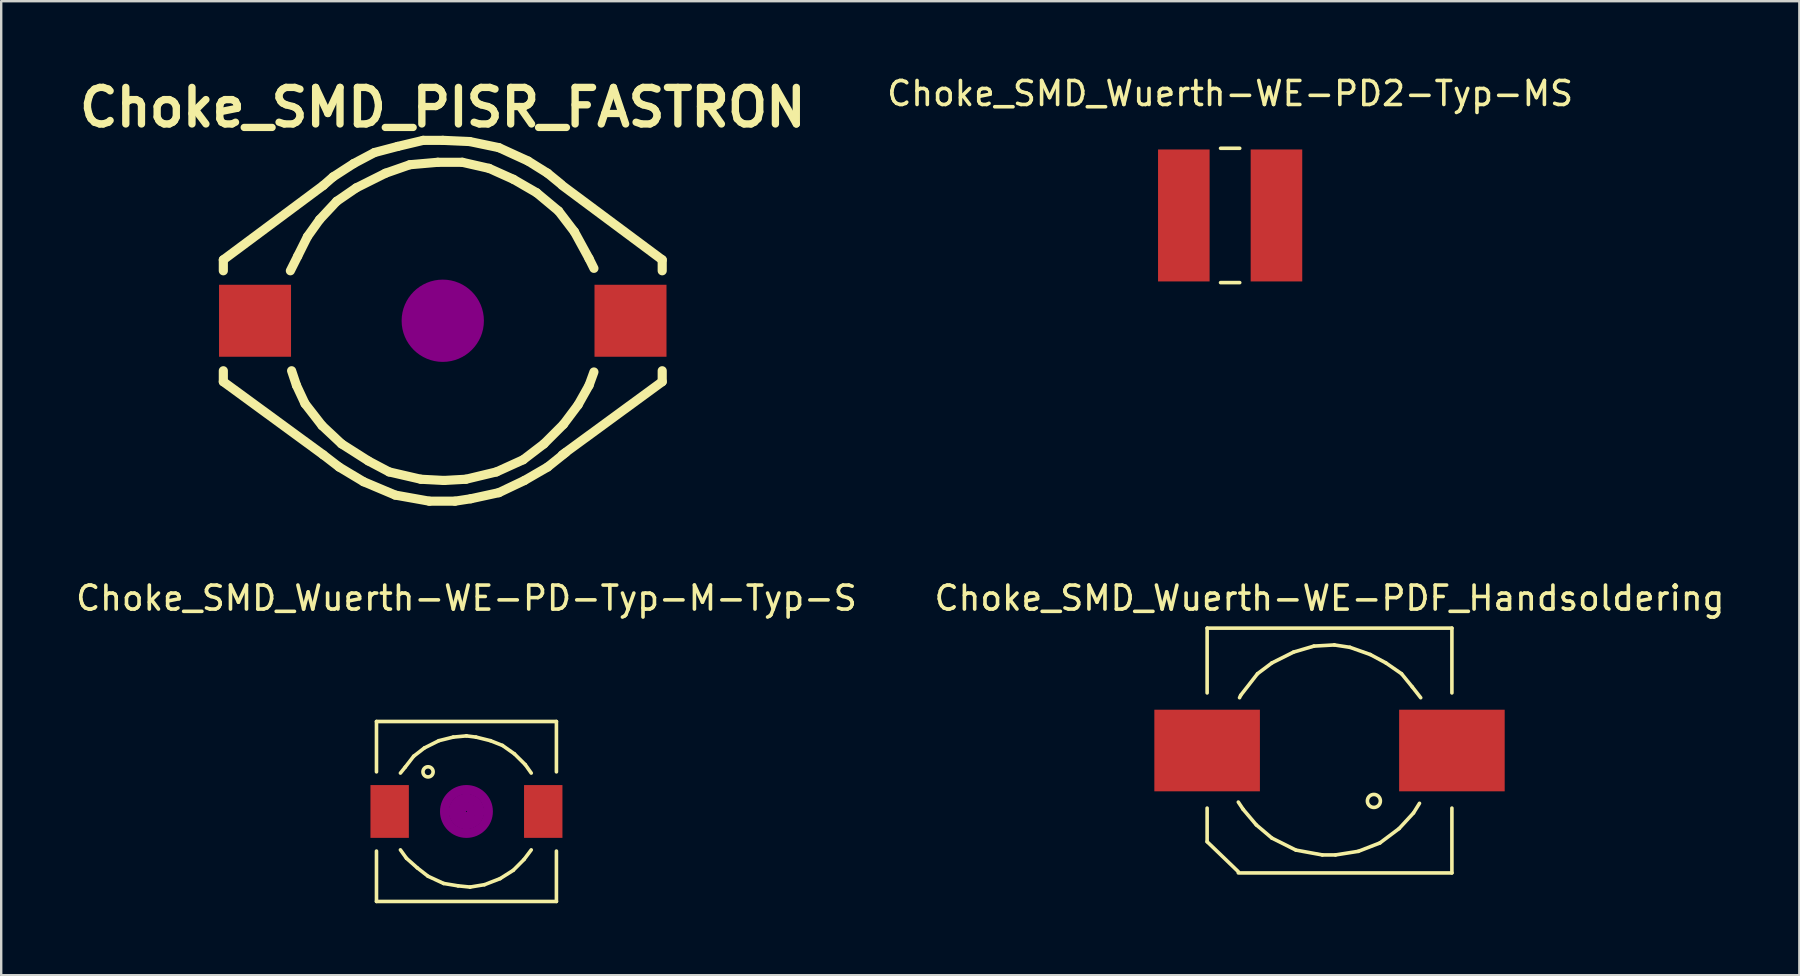
<source format=kicad_pcb>
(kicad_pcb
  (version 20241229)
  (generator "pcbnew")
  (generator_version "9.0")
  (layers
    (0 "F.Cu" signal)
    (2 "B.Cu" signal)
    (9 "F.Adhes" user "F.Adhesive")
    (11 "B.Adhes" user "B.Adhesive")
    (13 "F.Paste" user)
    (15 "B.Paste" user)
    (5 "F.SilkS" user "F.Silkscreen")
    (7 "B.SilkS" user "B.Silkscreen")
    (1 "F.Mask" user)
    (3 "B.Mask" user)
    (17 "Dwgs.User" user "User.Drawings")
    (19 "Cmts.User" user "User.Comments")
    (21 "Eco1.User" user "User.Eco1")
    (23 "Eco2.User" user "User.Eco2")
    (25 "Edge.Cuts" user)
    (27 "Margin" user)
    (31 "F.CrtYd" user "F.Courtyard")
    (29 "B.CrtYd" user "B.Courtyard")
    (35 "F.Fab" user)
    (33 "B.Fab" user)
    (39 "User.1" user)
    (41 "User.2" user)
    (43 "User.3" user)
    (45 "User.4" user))
  (footprint "Choke_SMD_Wuerth-WE-PD-Typ-M-Typ-S"
    (layer "F.Cu")
    (at 16.387 30.764)
    (property "Reference" "Choke_SMD_Wuerth-WE-PD-Typ-M-Typ-S" (at 0 -8.89 0) (layer "F.SilkS") (effects (font (size 1 1) (thickness 0.15))))
    (attr smd)
    (fp_line (start -3.749 -3.749) (end -3.749 -1.651) (stroke (width 0.15) (type solid)) (layer "F.SilkS"))
    (fp_line (start -3.749 1.651) (end -3.749 3.749) (stroke (width 0.15) (type solid)) (layer "F.SilkS"))
    (fp_line (start -3.749 3.749) (end 3.749 3.749) (stroke (width 0.15) (type solid)) (layer "F.SilkS"))
    (fp_line (start -2.751 1.6) (end -2.499 1.951) (stroke (width 0.15) (type solid)) (layer "F.SilkS"))
    (fp_line (start -2.55 -1.849) (end -2.751 -1.6) (stroke (width 0.15) (type solid)) (layer "F.SilkS"))
    (fp_line (start -2.499 1.951) (end -2.05 2.349) (stroke (width 0.15) (type solid)) (layer "F.SilkS"))
    (fp_line (start -2.2 -2.301) (end -2.55 -1.849) (stroke (width 0.15) (type solid)) (layer "F.SilkS"))
    (fp_line (start -2.05 2.349) (end -1.6 2.7) (stroke (width 0.15) (type solid)) (layer "F.SilkS"))
    (fp_line (start -1.75 -2.649) (end -2.2 -2.301) (stroke (width 0.15) (type solid)) (layer "F.SilkS"))
    (fp_line (start -1.6 2.7) (end -0.95 3) (stroke (width 0.15) (type solid)) (layer "F.SilkS"))
    (fp_line (start -1.151 -2.949) (end -1.75 -2.649) (stroke (width 0.15) (type solid)) (layer "F.SilkS"))
    (fp_line (start -0.95 3) (end -0.351 3.099) (stroke (width 0.15) (type solid)) (layer "F.SilkS"))
    (fp_line (start -0.551 -3.099) (end -1.151 -2.949) (stroke (width 0.15) (type solid)) (layer "F.SilkS"))
    (fp_line (start -0.351 3.099) (end 0.15 3.15) (stroke (width 0.15) (type solid)) (layer "F.SilkS"))
    (fp_line (start 0 -3.15) (end -0.551 -3.099) (stroke (width 0.15) (type solid)) (layer "F.SilkS"))
    (fp_line (start 0.15 3.15) (end 0.749 3.051) (stroke (width 0.15) (type solid)) (layer "F.SilkS"))
    (fp_line (start 0.399 -3.099) (end 0 -3.15) (stroke (width 0.15) (type solid)) (layer "F.SilkS"))
    (fp_line (start 0.749 3.051) (end 1.4 2.799) (stroke (width 0.15) (type solid)) (layer "F.SilkS"))
    (fp_line (start 1.001 -2.949) (end 0.399 -3.099) (stroke (width 0.15) (type solid)) (layer "F.SilkS"))
    (fp_line (start 1.4 2.799) (end 1.951 2.451) (stroke (width 0.15) (type solid)) (layer "F.SilkS"))
    (fp_line (start 1.501 -2.751) (end 1.001 -2.949) (stroke (width 0.15) (type solid)) (layer "F.SilkS"))
    (fp_line (start 1.951 2.451) (end 2.4 1.999) (stroke (width 0.15) (type solid)) (layer "F.SilkS"))
    (fp_line (start 1.999 -2.4) (end 1.501 -2.751) (stroke (width 0.15) (type solid)) (layer "F.SilkS"))
    (fp_line (start 2.4 1.999) (end 2.7 1.6) (stroke (width 0.15) (type solid)) (layer "F.SilkS"))
    (fp_line (start 2.451 -1.951) (end 1.999 -2.4) (stroke (width 0.15) (type solid)) (layer "F.SilkS"))
    (fp_line (start 2.7 -1.6) (end 2.451 -1.951) (stroke (width 0.15) (type solid)) (layer "F.SilkS"))
    (fp_line (start 3.749 -3.749) (end -3.749 -3.749) (stroke (width 0.15) (type solid)) (layer "F.SilkS"))
    (fp_line (start 3.749 -3.749) (end 3.749 -1.651) (stroke (width 0.15) (type solid)) (layer "F.SilkS"))
    (fp_line (start 3.749 3.749) (end 3.749 1.651) (stroke (width 0.15) (type solid)) (layer "F.SilkS"))
    (fp_circle (center -1.6 -1.651) (end -1.45 -1.501) (stroke (width 0.15) (type solid)) (fill no) (layer "F.SilkS"))
    (fp_circle (center 0 0) (end 0.15 0.15) (stroke (width 0.381) (type solid)) (fill no) (layer "F.Adhes"))
    (fp_circle (center 0 0) (end 0.551 0.051) (stroke (width 0.381) (type solid)) (fill no) (layer "F.Adhes"))
    (fp_circle (center 0 0) (end 0.899 0.15) (stroke (width 0.381) (type solid)) (fill no) (layer "F.Adhes"))
    (pad "1" smd rect (at -3.2 0) (size 1.6 2.2) (layers "F.Cu" "F.Mask" "F.Paste"))
    (pad "2" smd rect (at 3.2 0) (size 1.6 2.2) (layers "F.Cu" "F.Mask" "F.Paste")))
  (footprint "Choke_SMD_Wuerth-WE-PD2-Typ-MS"
    (layer "F.Cu")
    (at 48.21 5.928)
    (property "Reference" "Choke_SMD_Wuerth-WE-PD2-Typ-MS" (at 0 -5.08 0) (layer "F.SilkS") (effects (font (size 1 1) (thickness 0.15))))
    (attr smd)
    (fp_line (start -0.399 -2.799) (end 0.399 -2.799) (stroke (width 0.15) (type solid)) (layer "F.SilkS"))
    (fp_line (start -0.399 2.799) (end 0.399 2.799) (stroke (width 0.15) (type solid)) (layer "F.SilkS"))
    (pad "1" smd rect (at -1.93 0) (size 2.149 5.499) (layers "F.Cu" "F.Mask" "F.Paste"))
    (pad "2" smd rect (at 1.93 0) (size 2.149 5.499) (layers "F.Cu" "F.Mask" "F.Paste")))
  (footprint "Choke_SMD_PISR_FASTRON"
    (layer "F.Cu")
    (at 15.4 10.316)
    (property "Reference" "Choke_SMD_PISR_FASTRON" (at 0 -8.89 0) (layer "F.SilkS") (effects (font (size 1.524 1.524) (thickness 0.305))))
    (attr smd)
    (fp_line (start -9.144 -2.54) (end -4.978 -5.639) (stroke (width 0.381) (type solid)) (layer "F.SilkS"))
    (fp_line (start -9.144 -2.083) (end -9.144 -2.54) (stroke (width 0.381) (type solid)) (layer "F.SilkS"))
    (fp_line (start -9.144 2.083) (end -9.144 2.54) (stroke (width 0.381) (type solid)) (layer "F.SilkS"))
    (fp_line (start -9.144 2.54) (end -4.978 5.588) (stroke (width 0.381) (type solid)) (layer "F.SilkS"))
    (fp_line (start -6.35 -2.083) (end -6.045 -2.692) (stroke (width 0.381) (type solid)) (layer "F.SilkS"))
    (fp_line (start -6.299 2.083) (end -6.096 2.692) (stroke (width 0.381) (type solid)) (layer "F.SilkS"))
    (fp_line (start -6.096 2.692) (end -5.74 3.454) (stroke (width 0.381) (type solid)) (layer "F.SilkS"))
    (fp_line (start -6.045 -2.692) (end -5.639 -3.505) (stroke (width 0.381) (type solid)) (layer "F.SilkS"))
    (fp_line (start -5.74 3.454) (end -5.029 4.369) (stroke (width 0.381) (type solid)) (layer "F.SilkS"))
    (fp_line (start -5.639 -3.505) (end -5.131 -4.216) (stroke (width 0.381) (type solid)) (layer "F.SilkS"))
    (fp_line (start -5.131 -4.216) (end -4.42 -4.978) (stroke (width 0.381) (type solid)) (layer "F.SilkS"))
    (fp_line (start -5.029 4.369) (end -4.216 5.131) (stroke (width 0.381) (type solid)) (layer "F.SilkS"))
    (fp_line (start -4.978 -5.639) (end -4.572 -5.994) (stroke (width 0.381) (type solid)) (layer "F.SilkS"))
    (fp_line (start -4.978 5.588) (end -4.318 6.096) (stroke (width 0.381) (type solid)) (layer "F.SilkS"))
    (fp_line (start -4.572 -5.994) (end -3.708 -6.553) (stroke (width 0.381) (type solid)) (layer "F.SilkS"))
    (fp_line (start -4.42 -4.978) (end -3.607 -5.537) (stroke (width 0.381) (type solid)) (layer "F.SilkS"))
    (fp_line (start -4.318 6.096) (end -3.302 6.706) (stroke (width 0.381) (type solid)) (layer "F.SilkS"))
    (fp_line (start -4.216 5.131) (end -3.099 5.842) (stroke (width 0.381) (type solid)) (layer "F.SilkS"))
    (fp_line (start -3.708 -6.553) (end -2.845 -7.01) (stroke (width 0.381) (type solid)) (layer "F.SilkS"))
    (fp_line (start -3.607 -5.537) (end -2.388 -6.147) (stroke (width 0.381) (type solid)) (layer "F.SilkS"))
    (fp_line (start -3.302 6.706) (end -1.981 7.264) (stroke (width 0.381) (type solid)) (layer "F.SilkS"))
    (fp_line (start -3.099 5.842) (end -2.235 6.299) (stroke (width 0.381) (type solid)) (layer "F.SilkS"))
    (fp_line (start -2.845 -7.01) (end -1.88 -7.264) (stroke (width 0.381) (type solid)) (layer "F.SilkS"))
    (fp_line (start -2.388 -6.147) (end -1.372 -6.502) (stroke (width 0.381) (type solid)) (layer "F.SilkS"))
    (fp_line (start -2.235 6.299) (end -0.914 6.604) (stroke (width 0.381) (type solid)) (layer "F.SilkS"))
    (fp_line (start -1.981 7.264) (end -0.559 7.518) (stroke (width 0.381) (type solid)) (layer "F.SilkS"))
    (fp_line (start -1.88 -7.264) (end -0.813 -7.518) (stroke (width 0.381) (type solid)) (layer "F.SilkS"))
    (fp_line (start -1.372 -6.502) (end -0.203 -6.604) (stroke (width 0.381) (type solid)) (layer "F.SilkS"))
    (fp_line (start -0.914 6.604) (end 0.051 6.655) (stroke (width 0.381) (type solid)) (layer "F.SilkS"))
    (fp_line (start -0.813 -7.518) (end 0 -7.518) (stroke (width 0.381) (type solid)) (layer "F.SilkS"))
    (fp_line (start -0.559 7.518) (end 0.508 7.518) (stroke (width 0.381) (type solid)) (layer "F.SilkS"))
    (fp_line (start -0.203 -6.604) (end 0.813 -6.604) (stroke (width 0.381) (type solid)) (layer "F.SilkS"))
    (fp_line (start 0 -7.518) (end 1.118 -7.468) (stroke (width 0.381) (type solid)) (layer "F.SilkS"))
    (fp_line (start 0.051 6.655) (end 0.965 6.604) (stroke (width 0.381) (type solid)) (layer "F.SilkS"))
    (fp_line (start 0.508 7.518) (end 1.168 7.417) (stroke (width 0.381) (type solid)) (layer "F.SilkS"))
    (fp_line (start 0.813 -6.604) (end 1.93 -6.35) (stroke (width 0.381) (type solid)) (layer "F.SilkS"))
    (fp_line (start 0.965 6.604) (end 2.235 6.299) (stroke (width 0.381) (type solid)) (layer "F.SilkS"))
    (fp_line (start 1.118 -7.468) (end 2.337 -7.214) (stroke (width 0.381) (type solid)) (layer "F.SilkS"))
    (fp_line (start 1.168 7.417) (end 2.337 7.163) (stroke (width 0.381) (type solid)) (layer "F.SilkS"))
    (fp_line (start 1.93 -6.35) (end 2.946 -5.893) (stroke (width 0.381) (type solid)) (layer "F.SilkS"))
    (fp_line (start 2.235 6.299) (end 3.353 5.791) (stroke (width 0.381) (type solid)) (layer "F.SilkS"))
    (fp_line (start 2.337 -7.214) (end 3.556 -6.655) (stroke (width 0.381) (type solid)) (layer "F.SilkS"))
    (fp_line (start 2.337 7.163) (end 3.404 6.655) (stroke (width 0.381) (type solid)) (layer "F.SilkS"))
    (fp_line (start 2.946 -5.893) (end 3.912 -5.334) (stroke (width 0.381) (type solid)) (layer "F.SilkS"))
    (fp_line (start 3.353 5.791) (end 4.216 5.131) (stroke (width 0.381) (type solid)) (layer "F.SilkS"))
    (fp_line (start 3.404 6.655) (end 4.369 6.096) (stroke (width 0.381) (type solid)) (layer "F.SilkS"))
    (fp_line (start 3.556 -6.655) (end 4.369 -6.147) (stroke (width 0.381) (type solid)) (layer "F.SilkS"))
    (fp_line (start 3.912 -5.334) (end 4.826 -4.572) (stroke (width 0.381) (type solid)) (layer "F.SilkS"))
    (fp_line (start 4.216 5.131) (end 5.029 4.318) (stroke (width 0.381) (type solid)) (layer "F.SilkS"))
    (fp_line (start 4.369 -6.147) (end 4.928 -5.69) (stroke (width 0.381) (type solid)) (layer "F.SilkS"))
    (fp_line (start 4.369 6.096) (end 5.131 5.486) (stroke (width 0.381) (type solid)) (layer "F.SilkS"))
    (fp_line (start 4.826 -4.572) (end 5.486 -3.708) (stroke (width 0.381) (type solid)) (layer "F.SilkS"))
    (fp_line (start 5.029 4.318) (end 5.639 3.505) (stroke (width 0.381) (type solid)) (layer "F.SilkS"))
    (fp_line (start 5.486 -3.708) (end 6.096 -2.591) (stroke (width 0.381) (type solid)) (layer "F.SilkS"))
    (fp_line (start 5.639 3.505) (end 6.096 2.692) (stroke (width 0.381) (type solid)) (layer "F.SilkS"))
    (fp_line (start 6.096 -2.591) (end 6.299 -2.184) (stroke (width 0.381) (type solid)) (layer "F.SilkS"))
    (fp_line (start 6.096 2.692) (end 6.299 2.134) (stroke (width 0.381) (type solid)) (layer "F.SilkS"))
    (fp_line (start 9.144 -2.54) (end 4.978 -5.639) (stroke (width 0.381) (type solid)) (layer "F.SilkS"))
    (fp_line (start 9.144 -2.083) (end 9.144 -2.54) (stroke (width 0.381) (type solid)) (layer "F.SilkS"))
    (fp_line (start 9.144 2.083) (end 9.144 2.54) (stroke (width 0.381) (type solid)) (layer "F.SilkS"))
    (fp_line (start 9.144 2.54) (end 4.978 5.588) (stroke (width 0.381) (type solid)) (layer "F.SilkS"))
    (fp_line (start 0 -0.254) (end 0 0.254) (stroke (width 0.381) (type solid)) (layer "F.Adhes"))
    (fp_circle (center 0 0) (end 0 0.254) (stroke (width 0.381) (type solid)) (fill no) (layer "F.Adhes"))
    (fp_circle (center 0 0) (end 0 0.508) (stroke (width 0.381) (type solid)) (fill no) (layer "F.Adhes"))
    (fp_circle (center 0 0) (end 0 0.762) (stroke (width 0.381) (type solid)) (fill no) (layer "F.Adhes"))
    (fp_circle (center 0 0) (end 0 1.016) (stroke (width 0.381) (type solid)) (fill no) (layer "F.Adhes"))
    (fp_circle (center 0 0) (end 0 1.27) (stroke (width 0.381) (type solid)) (fill no) (layer "F.Adhes"))
    (fp_circle (center 0 0) (end 0 1.524) (stroke (width 0.381) (type solid)) (fill no) (layer "F.Adhes"))
    (pad "1" smd rect (at 7.823 0) (size 3 3) (layers "F.Cu" "F.Mask" "F.Paste"))
    (pad "2" smd rect (at -7.823 0) (size 3 3) (layers "F.Cu" "F.Mask" "F.Paste")))
  (footprint "Choke_SMD_Wuerth-WE-PDF_Handsoldering"
    (layer "F.Cu")
    (at 52.351 28.224)
    (property "Reference" "Choke_SMD_Wuerth-WE-PDF_Handsoldering" (at 0 -6.35 0) (layer "F.SilkS") (effects (font (size 1 1) (thickness 0.15))))
    (attr smd)
    (fp_line (start -5.1 -5.1) (end -5.1 -2.4) (stroke (width 0.15) (type solid)) (layer "F.SilkS"))
    (fp_line (start -5.1 2.4) (end -5.1 3.8) (stroke (width 0.15) (type solid)) (layer "F.SilkS"))
    (fp_line (start -5.1 3.8) (end -3.8 5.05) (stroke (width 0.15) (type solid)) (layer "F.SilkS"))
    (fp_line (start -3.8 2.149) (end -3.599 2.451) (stroke (width 0.15) (type solid)) (layer "F.SilkS"))
    (fp_line (start -3.701 -2.301) (end -3.749 -2.2) (stroke (width 0.15) (type solid)) (layer "F.SilkS"))
    (fp_line (start -3.599 2.451) (end -3.051 3.099) (stroke (width 0.15) (type solid)) (layer "F.SilkS"))
    (fp_line (start -3.051 3.099) (end -2.4 3.65) (stroke (width 0.15) (type solid)) (layer "F.SilkS"))
    (fp_line (start -3 -3.2) (end -3.701 -2.301) (stroke (width 0.15) (type solid)) (layer "F.SilkS"))
    (fp_line (start -2.4 -3.65) (end -3 -3.2) (stroke (width 0.15) (type solid)) (layer "F.SilkS"))
    (fp_line (start -2.4 3.65) (end -1.4 4.15) (stroke (width 0.15) (type solid)) (layer "F.SilkS"))
    (fp_line (start -1.501 -4.1) (end -2.4 -3.65) (stroke (width 0.15) (type solid)) (layer "F.SilkS"))
    (fp_line (start -1.4 4.15) (end -0.3 4.351) (stroke (width 0.15) (type solid)) (layer "F.SilkS"))
    (fp_line (start -0.65 -4.351) (end -1.501 -4.1) (stroke (width 0.15) (type solid)) (layer "F.SilkS"))
    (fp_line (start -0.3 4.351) (end 0.249 4.351) (stroke (width 0.15) (type solid)) (layer "F.SilkS"))
    (fp_line (start 0.201 -4.399) (end -0.65 -4.351) (stroke (width 0.15) (type solid)) (layer "F.SilkS"))
    (fp_line (start 0.249 4.351) (end 1.199 4.201) (stroke (width 0.15) (type solid)) (layer "F.SilkS"))
    (fp_line (start 0.851 -4.3) (end 0.201 -4.399) (stroke (width 0.15) (type solid)) (layer "F.SilkS"))
    (fp_line (start 1.199 4.201) (end 2.101 3.851) (stroke (width 0.15) (type solid)) (layer "F.SilkS"))
    (fp_line (start 1.699 -4) (end 0.851 -4.3) (stroke (width 0.15) (type solid)) (layer "F.SilkS"))
    (fp_line (start 2.101 3.851) (end 2.901 3.251) (stroke (width 0.15) (type solid)) (layer "F.SilkS"))
    (fp_line (start 2.349 -3.65) (end 1.699 -4) (stroke (width 0.15) (type solid)) (layer "F.SilkS"))
    (fp_line (start 2.901 3.251) (end 3.5 2.601) (stroke (width 0.15) (type solid)) (layer "F.SilkS"))
    (fp_line (start 3 -3.2) (end 2.349 -3.65) (stroke (width 0.15) (type solid)) (layer "F.SilkS"))
    (fp_line (start 3.449 -2.649) (end 3 -3.2) (stroke (width 0.15) (type solid)) (layer "F.SilkS"))
    (fp_line (start 3.5 2.601) (end 3.749 2.2) (stroke (width 0.15) (type solid)) (layer "F.SilkS"))
    (fp_line (start 3.8 -2.2) (end 3.449 -2.649) (stroke (width 0.15) (type solid)) (layer "F.SilkS"))
    (fp_line (start 5.1 -5.1) (end -5.1 -5.1) (stroke (width 0.15) (type solid)) (layer "F.SilkS"))
    (fp_line (start 5.1 -5.1) (end 5.1 -2.4) (stroke (width 0.15) (type solid)) (layer "F.SilkS"))
    (fp_line (start 5.1 5.1) (end -3.8 5.1) (stroke (width 0.15) (type solid)) (layer "F.SilkS"))
    (fp_line (start 5.1 5.1) (end 5.1 2.4) (stroke (width 0.15) (type solid)) (layer "F.SilkS"))
    (fp_circle (center 1.849 2.101) (end 2.101 2.2) (stroke (width 0.15) (type solid)) (fill no) (layer "F.SilkS"))
    (pad "1" smd rect (at -5.1 0) (size 4.399 3.401) (layers "F.Cu" "F.Mask" "F.Paste"))
    (pad "2" smd rect (at 5.1 0) (size 4.399 3.401) (layers "F.Cu" "F.Mask" "F.Paste")))
  (gr_rect
    (start -3 -3)
    (end 71.929 37.588)
    (stroke (width 0.1) (type default))
    (fill no)
    (layer "Edge.Cuts")))
</source>
